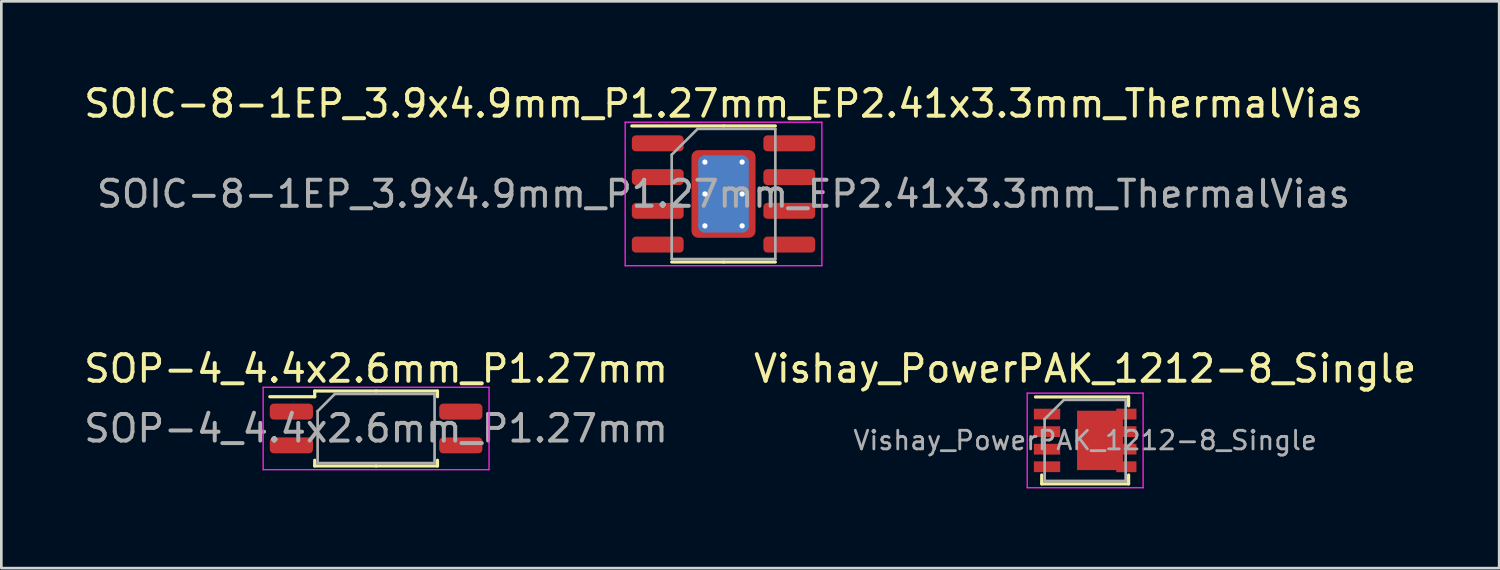
<source format=kicad_pcb>
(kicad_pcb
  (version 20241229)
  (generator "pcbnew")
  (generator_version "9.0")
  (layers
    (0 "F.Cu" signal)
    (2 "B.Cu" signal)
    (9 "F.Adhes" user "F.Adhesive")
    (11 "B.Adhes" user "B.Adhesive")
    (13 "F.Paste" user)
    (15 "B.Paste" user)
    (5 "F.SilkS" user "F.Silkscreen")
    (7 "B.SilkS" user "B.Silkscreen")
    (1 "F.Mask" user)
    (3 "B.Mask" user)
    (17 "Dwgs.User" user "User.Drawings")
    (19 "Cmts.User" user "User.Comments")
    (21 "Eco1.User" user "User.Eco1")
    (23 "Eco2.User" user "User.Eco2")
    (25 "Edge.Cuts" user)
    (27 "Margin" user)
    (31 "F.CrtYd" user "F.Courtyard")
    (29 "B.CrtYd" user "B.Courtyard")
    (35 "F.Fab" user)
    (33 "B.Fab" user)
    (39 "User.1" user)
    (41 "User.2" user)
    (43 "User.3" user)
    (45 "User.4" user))
  (footprint "Vishay_PowerPAK_1212-8_Single"
    (layer "F.Cu")
    (at 37.78 13.521)
    (property "Reference" "Vishay_PowerPAK_1212-8_Single" (at 0 -2.7 0) (layer "F.SilkS") (effects (font (size 1 1) (thickness 0.15))))
    (attr smd)
    (fp_line (start -1.87 -1.635) (end 1.635 -1.635) (stroke (width 0.12) (type solid)) (layer "F.SilkS"))
    (fp_line (start -1.635 1.3) (end -1.635 1.635) (stroke (width 0.12) (type solid)) (layer "F.SilkS"))
    (fp_line (start -1.635 1.635) (end 1.635 1.635) (stroke (width 0.12) (type solid)) (layer "F.SilkS"))
    (fp_line (start 1.635 -1.635) (end 1.635 -1.3) (stroke (width 0.12) (type solid)) (layer "F.SilkS"))
    (fp_line (start 1.635 1.3) (end 1.635 1.635) (stroke (width 0.12) (type solid)) (layer "F.SilkS"))
    (fp_line (start -2.18 -1.78) (end -2.18 1.78) (stroke (width 0.05) (type solid)) (layer "F.CrtYd"))
    (fp_line (start -2.18 -1.78) (end 2.18 -1.78) (stroke (width 0.05) (type solid)) (layer "F.CrtYd"))
    (fp_line (start -2.18 1.78) (end 2.18 1.78) (stroke (width 0.05) (type solid)) (layer "F.CrtYd"))
    (fp_line (start 2.18 -1.78) (end 2.18 1.78) (stroke (width 0.05) (type solid)) (layer "F.CrtYd"))
    (fp_line (start -1.525 -0.8) (end -1.525 1.525) (stroke (width 0.1) (type solid)) (layer "F.Fab"))
    (fp_line (start -1.525 -0.8) (end -0.8 -1.525) (stroke (width 0.1) (type solid)) (layer "F.Fab"))
    (fp_line (start -1.525 1.525) (end 1.525 1.525) (stroke (width 0.1) (type solid)) (layer "F.Fab"))
    (fp_line (start -0.8 -1.525) (end 1.525 -1.525) (stroke (width 0.1) (type solid)) (layer "F.Fab"))
    (fp_line (start 1.525 -1.525) (end 1.525 1.525) (stroke (width 0.1) (type solid)) (layer "F.Fab"))
    (fp_text user "${REFERENCE}" (at 0 0 0) (layer "F.Fab") (effects (font (size 0.7 0.7) (thickness 0.105))))
    (pad "1" smd rect (at -1.435 -0.99) (size 0.99 0.405) (layers "F.Cu" "F.Mask" "F.Paste"))
    (pad "2" smd rect (at -1.435 -0.33) (size 0.99 0.405) (layers "F.Cu" "F.Mask" "F.Paste"))
    (pad "3" smd rect (at -1.435 0.33) (size 0.99 0.405) (layers "F.Cu" "F.Mask" "F.Paste"))
    (pad "4" smd rect (at -1.435 0.99) (size 0.99 0.405) (layers "F.Cu" "F.Mask" "F.Paste"))
    (pad "5" smd custom (at 0.557 0) (size 1.725 2.235) (layers "F.Cu" "F.Mask" "F.Paste") (options (anchor rect)) (primitives (gr_poly (pts (xy 0.863 0.128) (xy 0.863 -0.128) (xy 1.373 -0.128) (xy 1.373 -0.532) (xy 0.863 -0.532) (xy 0.863 -0.787) (xy 1.373 -0.787) (xy 1.373 -1.195) (xy 0.613 -1.195) (xy 0.613 1.195) (xy 1.373 1.195) (xy 1.373 0.787) (xy 0.863 0.787) (xy 0.863 0.532) (xy 1.373 0.532) (xy 1.373 0.128)) (width 0) (fill yes)))))
  (footprint "SOP-4_4.4x2.6mm_P1.27mm"
    (layer "F.Cu")
    (at 11.101 13.072)
    (property "Reference" "SOP-4_4.4x2.6mm_P1.27mm" (at 0 -2.25 0) (layer "F.SilkS") (effects (font (size 1 1) (thickness 0.15))))
    (attr smd)
    (fp_line (start -2.31 -1.41) (end -2.31 -1.195) (stroke (width 0.12) (type solid)) (layer "F.SilkS"))
    (fp_line (start -2.31 -1.195) (end -4 -1.195) (stroke (width 0.12) (type solid)) (layer "F.SilkS"))
    (fp_line (start -2.31 1.41) (end -2.31 1.195) (stroke (width 0.12) (type solid)) (layer "F.SilkS"))
    (fp_line (start 0 -1.41) (end -2.31 -1.41) (stroke (width 0.12) (type solid)) (layer "F.SilkS"))
    (fp_line (start 0 -1.41) (end 2.31 -1.41) (stroke (width 0.12) (type solid)) (layer "F.SilkS"))
    (fp_line (start 0 1.41) (end -2.31 1.41) (stroke (width 0.12) (type solid)) (layer "F.SilkS"))
    (fp_line (start 0 1.41) (end 2.31 1.41) (stroke (width 0.12) (type solid)) (layer "F.SilkS"))
    (fp_line (start 2.31 -1.41) (end 2.31 -1.195) (stroke (width 0.12) (type solid)) (layer "F.SilkS"))
    (fp_line (start 2.31 1.41) (end 2.31 1.195) (stroke (width 0.12) (type solid)) (layer "F.SilkS"))
    (fp_line (start -4.25 -1.55) (end -4.25 1.55) (stroke (width 0.05) (type solid)) (layer "F.CrtYd"))
    (fp_line (start -4.25 1.55) (end 4.25 1.55) (stroke (width 0.05) (type solid)) (layer "F.CrtYd"))
    (fp_line (start 4.25 -1.55) (end -4.25 -1.55) (stroke (width 0.05) (type solid)) (layer "F.CrtYd"))
    (fp_line (start 4.25 1.55) (end 4.25 -1.55) (stroke (width 0.05) (type solid)) (layer "F.CrtYd"))
    (fp_line (start -2.2 -0.65) (end -1.55 -1.3) (stroke (width 0.1) (type solid)) (layer "F.Fab"))
    (fp_line (start -2.2 1.3) (end -2.2 -0.65) (stroke (width 0.1) (type solid)) (layer "F.Fab"))
    (fp_line (start -1.55 -1.3) (end 2.2 -1.3) (stroke (width 0.1) (type solid)) (layer "F.Fab"))
    (fp_line (start 2.2 -1.3) (end 2.2 1.3) (stroke (width 0.1) (type solid)) (layer "F.Fab"))
    (fp_line (start 2.2 1.3) (end -2.2 1.3) (stroke (width 0.1) (type solid)) (layer "F.Fab"))
    (fp_text user "${REFERENCE}" (at 0 0 0) (layer "F.Fab") (effects (font (size 1 1) (thickness 0.15))))
    (pad "1" smd roundrect (at -3.188 -0.635) (size 1.625 0.6) (layers "F.Cu" "F.Mask" "F.Paste") (roundrect_rratio 0.25))
    (pad "2" smd roundrect (at -3.188 0.635) (size 1.625 0.6) (layers "F.Cu" "F.Mask" "F.Paste") (roundrect_rratio 0.25))
    (pad "3" smd roundrect (at 3.188 0.635) (size 1.625 0.6) (layers "F.Cu" "F.Mask" "F.Paste") (roundrect_rratio 0.25))
    (pad "4" smd roundrect (at 3.188 -0.635) (size 1.625 0.6) (layers "F.Cu" "F.Mask" "F.Paste") (roundrect_rratio 0.25)))
  (footprint "SOIC-8-1EP_3.9x4.9mm_P1.27mm_EP2.41x3.3mm_ThermalVias"
    (layer "F.Cu")
    (at 24.173 4.248)
    (property "Reference" "SOIC-8-1EP_3.9x4.9mm_P1.27mm_EP2.41x3.3mm_ThermalVias" (at 0 -3.4 0) (layer "F.SilkS") (effects (font (size 1 1) (thickness 0.15))))
    (attr smd)
    (fp_line (start 0 -2.56) (end -3.45 -2.56) (stroke (width 0.12) (type solid)) (layer "F.SilkS"))
    (fp_line (start 0 -2.56) (end 1.95 -2.56) (stroke (width 0.12) (type solid)) (layer "F.SilkS"))
    (fp_line (start 0 2.56) (end -1.95 2.56) (stroke (width 0.12) (type solid)) (layer "F.SilkS"))
    (fp_line (start 0 2.56) (end 1.95 2.56) (stroke (width 0.12) (type solid)) (layer "F.SilkS"))
    (fp_line (start -3.7 -2.7) (end -3.7 2.7) (stroke (width 0.05) (type solid)) (layer "F.CrtYd"))
    (fp_line (start -3.7 2.7) (end 3.7 2.7) (stroke (width 0.05) (type solid)) (layer "F.CrtYd"))
    (fp_line (start 3.7 -2.7) (end -3.7 -2.7) (stroke (width 0.05) (type solid)) (layer "F.CrtYd"))
    (fp_line (start 3.7 2.7) (end 3.7 -2.7) (stroke (width 0.05) (type solid)) (layer "F.CrtYd"))
    (fp_line (start -1.95 -1.475) (end -0.975 -2.45) (stroke (width 0.1) (type solid)) (layer "F.Fab"))
    (fp_line (start -1.95 2.45) (end -1.95 -1.475) (stroke (width 0.1) (type solid)) (layer "F.Fab"))
    (fp_line (start -0.975 -2.45) (end 1.95 -2.45) (stroke (width 0.1) (type solid)) (layer "F.Fab"))
    (fp_line (start 1.95 -2.45) (end 1.95 2.45) (stroke (width 0.1) (type solid)) (layer "F.Fab"))
    (fp_line (start 1.95 2.45) (end -1.95 2.45) (stroke (width 0.1) (type solid)) (layer "F.Fab"))
    (fp_text user "${REFERENCE}" (at 0 0 0) (layer "F.Fab") (effects (font (size 0.98 0.98) (thickness 0.15))))
    (pad "" smd roundrect (at -0.6 -0.825) (size 1.01 1.38) (layers "F.Paste") (roundrect_rratio 0.248))
    (pad "" smd roundrect (at -0.6 0.825) (size 1.01 1.38) (layers "F.Paste") (roundrect_rratio 0.248))
    (pad "" smd roundrect (at 0.6 -0.825) (size 1.01 1.38) (layers "F.Paste") (roundrect_rratio 0.248))
    (pad "" smd roundrect (at 0.6 0.825) (size 1.01 1.38) (layers "F.Paste") (roundrect_rratio 0.248))
    (pad "1" smd roundrect (at -2.475 -1.905) (size 1.95 0.6) (layers "F.Cu" "F.Mask" "F.Paste") (roundrect_rratio 0.25))
    (pad "2" smd roundrect (at -2.475 -0.635) (size 1.95 0.6) (layers "F.Cu" "F.Mask" "F.Paste") (roundrect_rratio 0.25))
    (pad "3" smd roundrect (at -2.475 0.635) (size 1.95 0.6) (layers "F.Cu" "F.Mask" "F.Paste") (roundrect_rratio 0.25))
    (pad "4" smd roundrect (at -2.475 1.905) (size 1.95 0.6) (layers "F.Cu" "F.Mask" "F.Paste") (roundrect_rratio 0.25))
    (pad "5" smd roundrect (at 2.475 1.905) (size 1.95 0.6) (layers "F.Cu" "F.Mask" "F.Paste") (roundrect_rratio 0.25))
    (pad "6" smd roundrect (at 2.475 0.635) (size 1.95 0.6) (layers "F.Cu" "F.Mask" "F.Paste") (roundrect_rratio 0.25))
    (pad "7" smd roundrect (at 2.475 -0.635) (size 1.95 0.6) (layers "F.Cu" "F.Mask" "F.Paste") (roundrect_rratio 0.25))
    (pad "8" smd roundrect (at 2.475 -1.905) (size 1.95 0.6) (layers "F.Cu" "F.Mask" "F.Paste") (roundrect_rratio 0.25))
    (pad "9" thru_hole circle (at -0.7 -1.2) (size 0.5 0.5) (drill 0.2) (layers "*.Cu"))
    (pad "9" thru_hole circle (at -0.7 0) (size 0.5 0.5) (drill 0.2) (layers "*.Cu"))
    (pad "9" thru_hole circle (at -0.7 1.2) (size 0.5 0.5) (drill 0.2) (layers "*.Cu"))
    (pad "9" smd roundrect (at 0 0) (size 1.9 2.9) (layers "B.Cu") (roundrect_rratio 0.132))
    (pad "9" smd roundrect (at 0 0) (size 2.41 3.3) (layers "F.Cu" "F.Mask") (roundrect_rratio 0.104))
    (pad "9" thru_hole circle (at 0.7 -1.2) (size 0.5 0.5) (drill 0.2) (layers "*.Cu"))
    (pad "9" thru_hole circle (at 0.7 0) (size 0.5 0.5) (drill 0.2) (layers "*.Cu"))
    (pad "9" thru_hole circle (at 0.7 1.2) (size 0.5 0.5) (drill 0.2) (layers "*.Cu")))
  (gr_rect
    (start -3 -3)
    (end 53.357 18.326)
    (stroke (width 0.1) (type default))
    (fill no)
    (layer "Edge.Cuts")))
</source>
